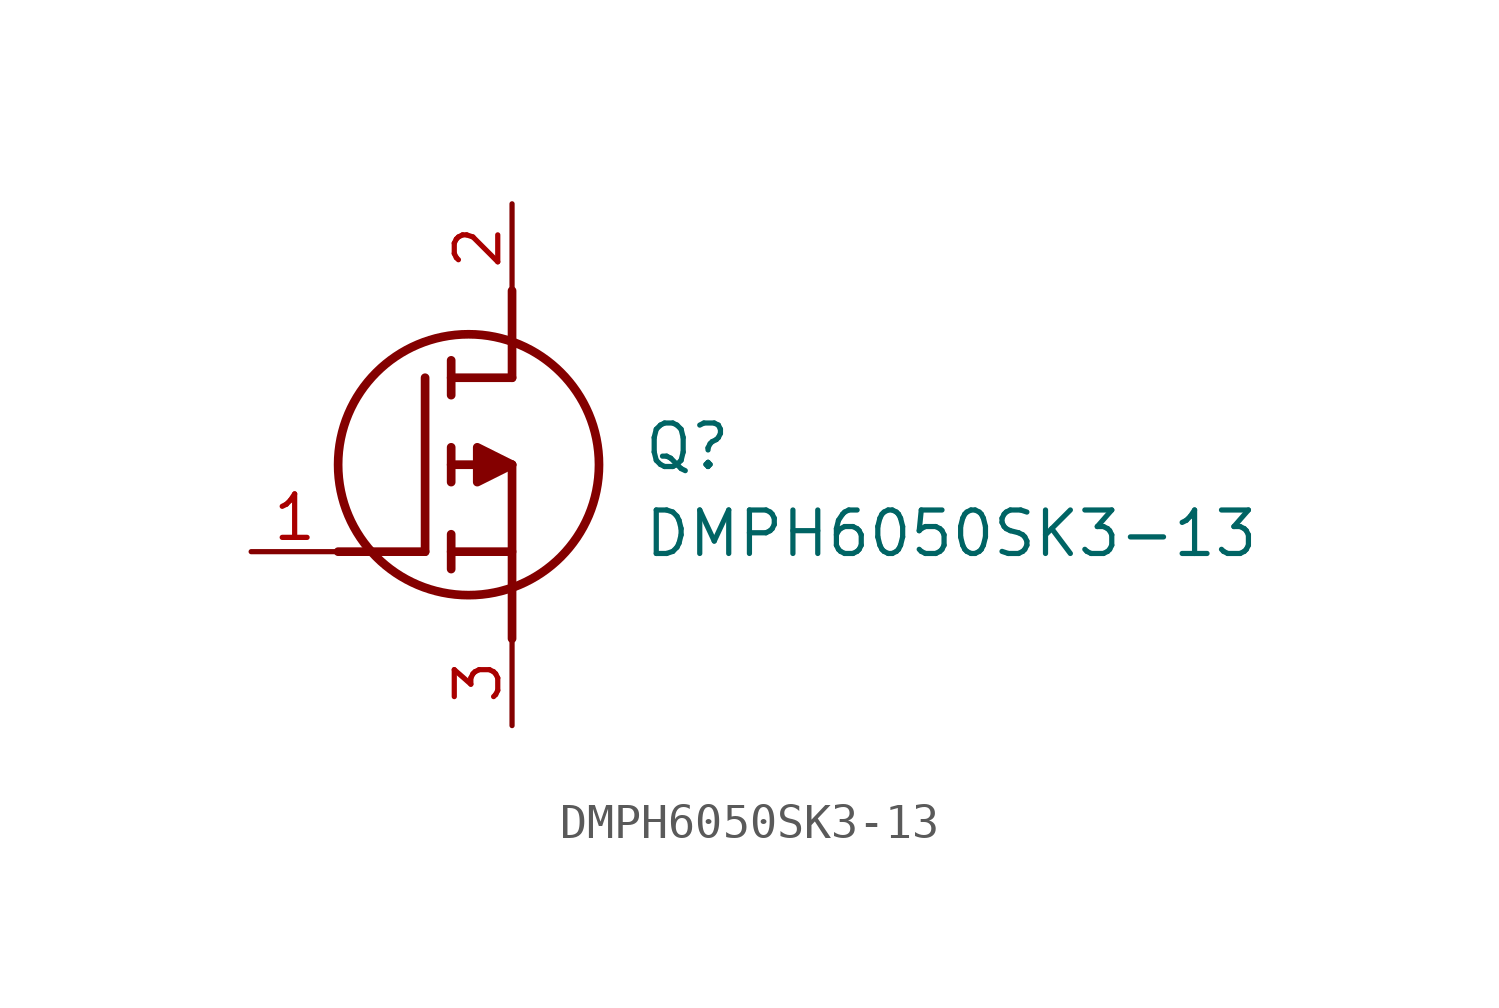
<source format=kicad_sym>
(kicad_symbol_lib
  (version 20211014)
  (generator SamacSys_ECAD_Model)
  (symbol "DMPH6050SK3-13"
    (pin_names hide)
    (property "Reference" "Q"
      (at 11.43 3.81 0)
      (effects (font (size 1.27 1.27)) (justify left top)))
    (property "Value" "DMPH6050SK3-13"
      (at 11.43 1.27 0)
      (effects (font (size 1.27 1.27)) (justify left top)))
    (polyline
      (pts (xy 7.62 2.54) (xy 7.62 -2.54))
      (stroke (width 0.254) (type default))
      (fill (type none)))
    (polyline
      (pts (xy 7.62 5.08) (xy 7.62 7.62))
      (stroke (width 0.254) (type default))
      (fill (type none)))
    (polyline
      (pts (xy 2.54 0) (xy 5.08 0))
      (stroke (width 0.254) (type default))
      (fill (type none)))
    (polyline
      (pts (xy 5.08 5.08) (xy 5.08 0))
      (stroke (width 0.254) (type default))
      (fill (type none)))
    (polyline
      (pts (xy 7.62 2.54) (xy 5.842 2.54))
      (stroke (width 0.254) (type default))
      (fill (type none)))
    (polyline
      (pts (xy 7.62 5.08) (xy 5.842 5.08))
      (stroke (width 0.254) (type default))
      (fill (type none)))
    (polyline
      (pts (xy 5.842 0) (xy 7.62 0))
      (stroke (width 0.254) (type default))
      (fill (type none)))
    (polyline
      (pts (xy 5.842 5.588) (xy 5.842 4.572))
      (stroke (width 0.254) (type default))
      (fill (type none)))
    (polyline
      (pts (xy 5.842 -0.508) (xy 5.842 0.508))
      (stroke (width 0.254) (type default))
      (fill (type none)))
    (polyline
      (pts (xy 5.842 2.032) (xy 5.842 3.048))
      (stroke (width 0.254) (type default))
      (fill (type none)))
    (circle
      (center 6.35 2.54)
      (radius 3.81)
      (stroke (width 0.254) (type default))
      (fill (type none)))
    (polyline
      (pts (xy 7.62 2.54) (xy 6.604 3.048) (xy 6.604 2.032) (xy 7.62 2.54))
      (stroke (width 0.254) (type default))
      (fill (type outline)))
    (pin passive line
      (at 0 0 0)
      (length 2.54)
      (name "G" (effects (font (size 1.27 1.27))))
      (number "1" (effects (font (size 1.27 1.27)))))
    (pin passive line
      (at 7.62 10.16 270)
      (length 2.54)
      (name "D" (effects (font (size 1.27 1.27))))
      (number "2" (effects (font (size 1.27 1.27)))))
    (pin passive line
      (at 7.62 -5.08 90)
      (length 2.54)
      (name "S" (effects (font (size 1.27 1.27))))
      (number "3" (effects (font (size 1.27 1.27)))))))
</source>
